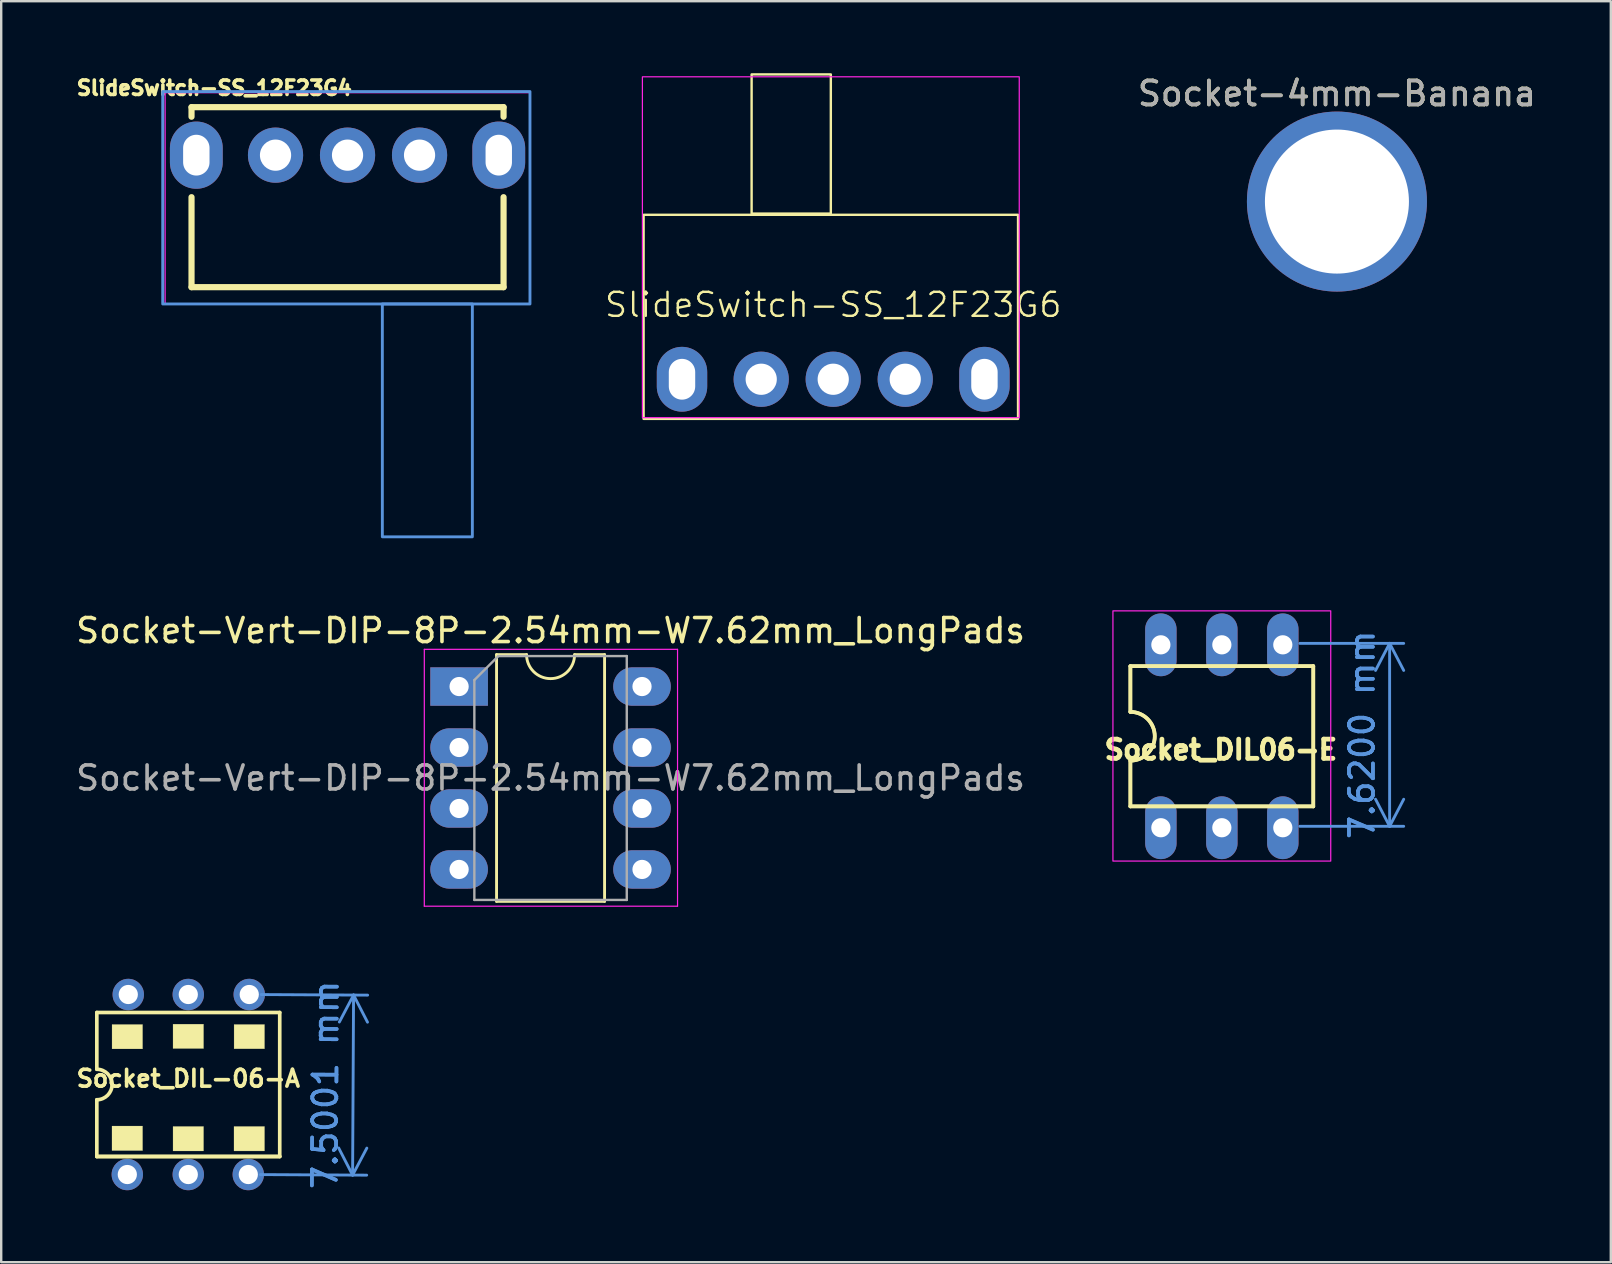
<source format=kicad_pcb>
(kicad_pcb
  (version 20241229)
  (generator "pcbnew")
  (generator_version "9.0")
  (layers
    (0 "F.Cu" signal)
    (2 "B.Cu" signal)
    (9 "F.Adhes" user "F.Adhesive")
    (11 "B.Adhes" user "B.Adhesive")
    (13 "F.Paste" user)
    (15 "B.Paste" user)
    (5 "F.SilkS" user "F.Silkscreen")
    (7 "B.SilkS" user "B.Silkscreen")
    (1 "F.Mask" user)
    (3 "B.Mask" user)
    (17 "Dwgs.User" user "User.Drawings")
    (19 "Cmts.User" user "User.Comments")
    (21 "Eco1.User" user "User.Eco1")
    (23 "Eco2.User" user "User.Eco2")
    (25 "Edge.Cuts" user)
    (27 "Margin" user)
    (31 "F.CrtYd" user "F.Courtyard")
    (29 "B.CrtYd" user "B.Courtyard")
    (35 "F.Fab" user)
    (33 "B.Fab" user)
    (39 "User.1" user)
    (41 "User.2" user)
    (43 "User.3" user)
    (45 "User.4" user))
  (footprint "Socket_DIL-06-A"
    (layer "F.Cu")
    (at 4.794 42.132)
    (property "Reference" "Socket_DIL-06-A" (at 0 -0.25 0) (layer "F.SilkS") (effects (font (size 0.701 0.701) (thickness 0.15))))
    (attr through_hole)
    (fp_line (start -3.81 -0.635) (end -3.81 -3) (stroke (width 0.152) (type solid)) (layer "F.SilkS"))
    (fp_line (start -3.81 3) (end -3.81 0.635) (stroke (width 0.152) (type solid)) (layer "F.SilkS"))
    (fp_line (start 3.81 -3) (end -3.81 -3) (stroke (width 0.152) (type solid)) (layer "F.SilkS"))
    (fp_line (start 3.81 3) (end -3.81 3) (stroke (width 0.152) (type solid)) (layer "F.SilkS"))
    (fp_line (start 3.81 3) (end -3.81 3) (stroke (width 0.152) (type solid)) (layer "F.SilkS"))
    (fp_line (start 3.81 3) (end 3.81 -3) (stroke (width 0.152) (type solid)) (layer "F.SilkS"))
    (fp_arc (start -3.81 -0.635) (mid -3.175 0) (end -3.81 0.635) (stroke (width 0.1524) (type solid)) (layer "F.SilkS"))
    (fp_poly (pts (xy -3.178 1.73) (xy -1.905 1.73) (xy -1.905 2.75) (xy -3.178 2.75)) (stroke (width 0.01) (type solid)) (fill yes) (layer "F.SilkS"))
    (fp_poly (pts (xy -3.176 -2.5) (xy -1.905 -2.5) (xy -1.905 -1.485) (xy -3.176 -1.485)) (stroke (width 0.01) (type solid)) (fill yes) (layer "F.SilkS"))
    (fp_poly (pts (xy -0.635 -2.514) (xy 0.635 -2.514) (xy 0.635 -1.5) (xy -0.635 -1.5)) (stroke (width 0.01) (type solid)) (fill yes) (layer "F.SilkS"))
    (fp_poly (pts (xy -0.635 1.75) (xy 0.635 1.75) (xy 0.635 2.768) (xy -0.635 2.768)) (stroke (width 0.01) (type solid)) (fill yes) (layer "F.SilkS"))
    (fp_poly (pts (xy 1.905 1.75) (xy 3.175 1.75) (xy 3.175 2.767) (xy 1.905 2.767)) (stroke (width 0.01) (type solid)) (fill yes) (layer "F.SilkS"))
    (fp_poly (pts (xy 1.908 -2.5) (xy 3.175 -2.5) (xy 3.175 -1.489) (xy 1.908 -1.489)) (stroke (width 0.01) (type solid)) (fill yes) (layer "F.SilkS"))
    (dimension (type aligned) (layer "Cmts.User") (pts (xy 7.334 38.382) (xy 7.294 45.882)) (height -4.346) (format (prefix "") (suffix "") (units 3) (units_format 1) (precision 4)) (style (thickness 0.12) (arrow_length 1.27) (text_position_mode 0) (arrow_direction outward) (extension_height 0.586) (extension_offset 0.5) (keep_text_aligned yes)) (gr_text "7.5001 mm" (at 10.511 42.149 89.694) (layer "Cmts.User") (effects (font (size 1 1) (thickness 0.15)))))
    (pad "1" thru_hole circle (at -2.54 3.75) (size 1.308 1.308) (drill 0.8) (layers "*.Cu" "*.Mask"))
    (pad "2" thru_hole circle (at 0 3.75) (size 1.308 1.308) (drill 0.8) (layers "*.Cu" "*.Mask"))
    (pad "3" thru_hole circle (at 2.5 3.75) (size 1.308 1.308) (drill 0.8) (layers "*.Cu" "*.Mask"))
    (pad "4" thru_hole circle (at 2.54 -3.75) (size 1.308 1.308) (drill 0.8) (layers "*.Cu" "*.Mask"))
    (pad "5" thru_hole circle (at 0 -3.75) (size 1.308 1.308) (drill 0.8) (layers "*.Cu" "*.Mask"))
    (pad "6" thru_hole circle (at -2.5 -3.75) (size 1.308 1.308) (drill 0.8) (layers "*.Cu" "*.Mask")))
  (footprint "SlideSwitch-SS_12F23G6"
    (layer "F.Cu")
    (at 31.663 12.65)
    (property "Reference" "SlideSwitch-SS_12F23G6" (at 0 -3 0) (unlocked yes) (layer "F.SilkS") (effects (font (size 1 1) (thickness 0.1))))
    (attr through_hole)
    (fp_rect (start -7.9 -6.75) (end 7.7 1.75) (stroke (width 0.1) (type default)) (fill no) (layer "F.SilkS"))
    (fp_rect (start -3.4 -12.6) (end -0.1 -6.8) (stroke (width 0.1) (type default)) (fill no) (layer "F.SilkS"))
    (fp_rect (start -7.95 -12.5) (end 7.75 1.7) (stroke (width 0.05) (type default)) (fill no) (layer "F.CrtYd"))
    (pad "1" thru_hole circle (at -3 0.1) (size 2.3 2.3) (drill 1.3) (layers "*.Cu" "*.Mask"))
    (pad "2" thru_hole circle (at 0 0.1) (size 2.3 2.3) (drill 1.3) (layers "*.Cu" "*.Mask"))
    (pad "3" thru_hole circle (at 3 0.1) (size 2.3 2.3) (drill 1.3) (layers "*.Cu" "*.Mask"))
    (pad "Shield" thru_hole oval (at -6.3 0.1) (size 2.1 2.7) (drill oval 1.1 1.7) (layers "*.Cu" "*.Mask"))
    (pad "Shield" thru_hole oval (at 6.3 0.1) (size 2.1 2.7) (drill oval 1.1 1.7) (layers "*.Cu" "*.Mask")))
  (footprint "SlideSwitch-SS_12F23G4"
    (layer "F.Cu")
    (at 11.429 3.414)
    (property "Reference" "SlideSwitch-SS_12F23G4" (at -5.55 -2.8 0) (unlocked yes) (layer "F.SilkS") (effects (font (size 0.6 0.6) (thickness 0.15))))
    (attr through_hole)
    (fp_line (start -6.5 -2) (end -6.5 -1.6) (stroke (width 0.257) (type solid)) (layer "F.SilkS"))
    (fp_line (start -6.5 -2) (end 6.5 -2) (stroke (width 0.257) (type solid)) (layer "F.SilkS"))
    (fp_line (start -6.5 5.5) (end -6.5 1.75) (stroke (width 0.257) (type solid)) (layer "F.SilkS"))
    (fp_line (start 6.5 -2) (end 6.5 -1.6) (stroke (width 0.257) (type solid)) (layer "F.SilkS"))
    (fp_line (start 6.5 1.75) (end 6.5 5.5) (stroke (width 0.257) (type solid)) (layer "F.SilkS"))
    (fp_line (start 6.5 5.5) (end -6.5 5.5) (stroke (width 0.257) (type solid)) (layer "F.SilkS"))
    (fp_rect (start -7.7 -2.65) (end 7.6 6.2) (stroke (width 0.12) (type solid)) (fill no) (layer "Cmts.User"))
    (fp_rect (start 1.45 6.2) (end 5.2 15.9) (stroke (width 0.12) (type solid)) (fill no) (layer "Cmts.User"))
    (fp_rect (start -7.6 -2.6) (end 7.6 6.2) (stroke (width 0.05) (type solid)) (fill no) (layer "F.CrtYd"))
    (pad "1" thru_hole circle (at -3 0) (size 2.3 2.3) (drill 1.3) (layers "*.Cu" "*.Mask"))
    (pad "2" thru_hole circle (at 0 0) (size 2.3 2.3) (drill 1.3) (layers "*.Cu" "*.Mask"))
    (pad "3" thru_hole circle (at 3 0) (size 2.3 2.3) (drill 1.3) (layers "*.Cu" "*.Mask"))
    (pad "GND" thru_hole oval (at -6.3 0) (size 2.2 2.8) (drill oval 1.1 1.7) (layers "*.Cu" "*.Mask"))
    (pad "GND" thru_hole oval (at 6.3 0) (size 2.2 2.8) (drill oval 1.1 1.7) (layers "*.Cu" "*.Mask")))
  (footprint "Socket-4mm-Banana"
    (layer "F.Cu")
    (at 52.648 5.348)
    (property "Reference" "Socket-4mm-Banana" (at 0 -4.5 0) (unlocked yes) (layer "F.SilkS") (effects (font (size 1 1) (thickness 0.15))))
    (attr through_hole)
    (fp_text user "${REFERENCE}" (at 0 -4.5 0) (unlocked yes) (layer "F.Fab") (effects (font (size 1 1) (thickness 0.15))))
    (pad "1" thru_hole circle (at 0 0) (size 7.5 7.5) (drill 6) (layers "*.Cu" "*.Mask")))
  (footprint "Socket_DIL06-E"
    (layer "F.Cu")
    (at 47.853 27.624)
    (property "Reference" "Socket_DIL06-E" (at -0.04 0.56 180) (layer "F.SilkS") (effects (font (size 0.8 0.8) (thickness 0.3))))
    (attr through_hole)
    (fp_line (start -3.81 -2.921) (end -3.81 -1.016) (stroke (width 0.152) (type solid)) (layer "F.SilkS"))
    (fp_line (start -3.81 -2.921) (end -3.81 -1.016) (stroke (width 0.152) (type solid)) (layer "F.SilkS"))
    (fp_line (start -3.81 2.921) (end -3.81 1.016) (stroke (width 0.152) (type solid)) (layer "F.SilkS"))
    (fp_line (start -3.81 2.921) (end -3.81 1.016) (stroke (width 0.152) (type solid)) (layer "F.SilkS"))
    (fp_line (start -3.81 2.921) (end 3.81 2.921) (stroke (width 0.152) (type solid)) (layer "F.SilkS"))
    (fp_line (start -3.81 2.921) (end 3.81 2.921) (stroke (width 0.152) (type solid)) (layer "F.SilkS"))
    (fp_line (start 3.81 -2.921) (end -3.81 -2.921) (stroke (width 0.152) (type solid)) (layer "F.SilkS"))
    (fp_line (start 3.81 -2.921) (end -3.81 -2.921) (stroke (width 0.152) (type solid)) (layer "F.SilkS"))
    (fp_line (start 3.81 -2.921) (end 3.81 2.921) (stroke (width 0.152) (type solid)) (layer "F.SilkS"))
    (fp_line (start 3.81 -2.921) (end 3.81 2.921) (stroke (width 0.152) (type solid)) (layer "F.SilkS"))
    (fp_arc (start -3.81 -1.016) (mid -2.794 0) (end -3.81 1.016) (stroke (width 0.1524) (type solid)) (layer "F.SilkS"))
    (fp_arc (start -3.81 -1.016) (mid -2.794 0) (end -3.81 1.016) (stroke (width 0.1524) (type solid)) (layer "F.SilkS"))
    (fp_rect (start -4.537 -5.225) (end 4.537 5.2) (stroke (width 0.05) (type default)) (fill no) (layer "F.CrtYd"))
    (dimension (type aligned) (layer "Cmts.User") (pts (xy 50.603 23.754) (xy 50.603 31.374)) (height -4.24) (format (prefix "") (suffix "") (units 3) (units_format 1) (precision 4)) (style (thickness 0.12) (arrow_length 1.27) (text_position_mode 0) (arrow_direction outward) (extension_height 0.586) (extension_offset 0.5) (keep_text_aligned yes)) (gr_text "7.6200 mm" (at 53.693 27.564 90) (layer "Cmts.User") (effects (font (size 1 1) (thickness 0.15)))))
    (pad "1" thru_hole oval (at -2.54 3.81) (size 1.308 2.616) (drill 0.8) (layers "*.Cu" "*.Mask"))
    (pad "2" thru_hole oval (at 0 3.81) (size 1.308 2.616) (drill 0.8) (layers "*.Cu" "*.Mask"))
    (pad "3" thru_hole oval (at 2.54 3.81) (size 1.308 2.616) (drill 0.8) (layers "*.Cu" "*.Mask"))
    (pad "4" thru_hole oval (at 2.54 -3.81) (size 1.308 2.616) (drill 0.8) (layers "*.Cu" "*.Mask"))
    (pad "5" thru_hole oval (at 0 -3.81) (size 1.308 2.616) (drill 0.8) (layers "*.Cu" "*.Mask"))
    (pad "6" thru_hole oval (at -2.54 -3.81) (size 1.308 2.616) (drill 0.8) (layers "*.Cu" "*.Mask")))
  (footprint "Socket-Vert-DIP-8P-2.54mm-W7.62mm_LongPads"
    (layer "F.Cu")
    (at 16.077 25.552)
    (property "Reference" "Socket-Vert-DIP-8P-2.54mm-W7.62mm_LongPads" (at 3.81 -2.33 0) (layer "F.SilkS") (effects (font (size 1 1) (thickness 0.15))))
    (attr through_hole)
    (fp_line (start 1.56 -1.33) (end 1.56 8.95) (stroke (width 0.12) (type solid)) (layer "F.SilkS"))
    (fp_line (start 1.56 8.95) (end 6.06 8.95) (stroke (width 0.12) (type solid)) (layer "F.SilkS"))
    (fp_line (start 2.81 -1.33) (end 1.56 -1.33) (stroke (width 0.12) (type solid)) (layer "F.SilkS"))
    (fp_line (start 6.06 -1.33) (end 4.81 -1.33) (stroke (width 0.12) (type solid)) (layer "F.SilkS"))
    (fp_line (start 6.06 8.95) (end 6.06 -1.33) (stroke (width 0.12) (type solid)) (layer "F.SilkS"))
    (fp_arc (start 4.81 -1.33) (mid 3.81 -0.33) (end 2.81 -1.33) (stroke (width 0.12) (type solid)) (layer "F.SilkS"))
    (fp_line (start -1.45 -1.55) (end -1.45 9.15) (stroke (width 0.05) (type solid)) (layer "F.CrtYd"))
    (fp_line (start -1.45 9.15) (end 9.1 9.15) (stroke (width 0.05) (type solid)) (layer "F.CrtYd"))
    (fp_line (start 9.1 -1.55) (end -1.45 -1.55) (stroke (width 0.05) (type solid)) (layer "F.CrtYd"))
    (fp_line (start 9.1 9.15) (end 9.1 -1.55) (stroke (width 0.05) (type solid)) (layer "F.CrtYd"))
    (fp_line (start 0.635 -0.27) (end 1.635 -1.27) (stroke (width 0.1) (type solid)) (layer "F.Fab"))
    (fp_line (start 0.635 8.89) (end 0.635 -0.27) (stroke (width 0.1) (type solid)) (layer "F.Fab"))
    (fp_line (start 1.635 -1.27) (end 6.985 -1.27) (stroke (width 0.1) (type solid)) (layer "F.Fab"))
    (fp_line (start 6.985 -1.27) (end 6.985 8.89) (stroke (width 0.1) (type solid)) (layer "F.Fab"))
    (fp_line (start 6.985 8.89) (end 0.635 8.89) (stroke (width 0.1) (type solid)) (layer "F.Fab"))
    (fp_text user "${REFERENCE}" (at 3.81 3.81 0) (layer "F.Fab") (effects (font (size 1 1) (thickness 0.15))))
    (pad "1" thru_hole rect (at 0 0) (size 2.4 1.6) (drill 0.8) (layers "*.Cu" "*.Mask"))
    (pad "2" thru_hole oval (at 0 2.54) (size 2.4 1.6) (drill 0.8) (layers "*.Cu" "*.Mask"))
    (pad "3" thru_hole oval (at 0 5.08) (size 2.4 1.6) (drill 0.8) (layers "*.Cu" "*.Mask"))
    (pad "4" thru_hole oval (at 0 7.62) (size 2.4 1.6) (drill 0.8) (layers "*.Cu" "*.Mask"))
    (pad "5" thru_hole oval (at 7.62 7.62) (size 2.4 1.6) (drill 0.8) (layers "*.Cu" "*.Mask"))
    (pad "6" thru_hole oval (at 7.62 5.08) (size 2.4 1.6) (drill 0.8) (layers "*.Cu" "*.Mask"))
    (pad "7" thru_hole oval (at 7.62 2.54) (size 2.4 1.6) (drill 0.8) (layers "*.Cu" "*.Mask"))
    (pad "8" thru_hole oval (at 7.62 0) (size 2.4 1.6) (drill 0.8) (layers "*.Cu" "*.Mask")))
  (gr_rect
    (start -3 -3)
    (end 64.058 49.535)
    (stroke (width 0.1) (type default))
    (fill no)
    (layer "Edge.Cuts")))
</source>
